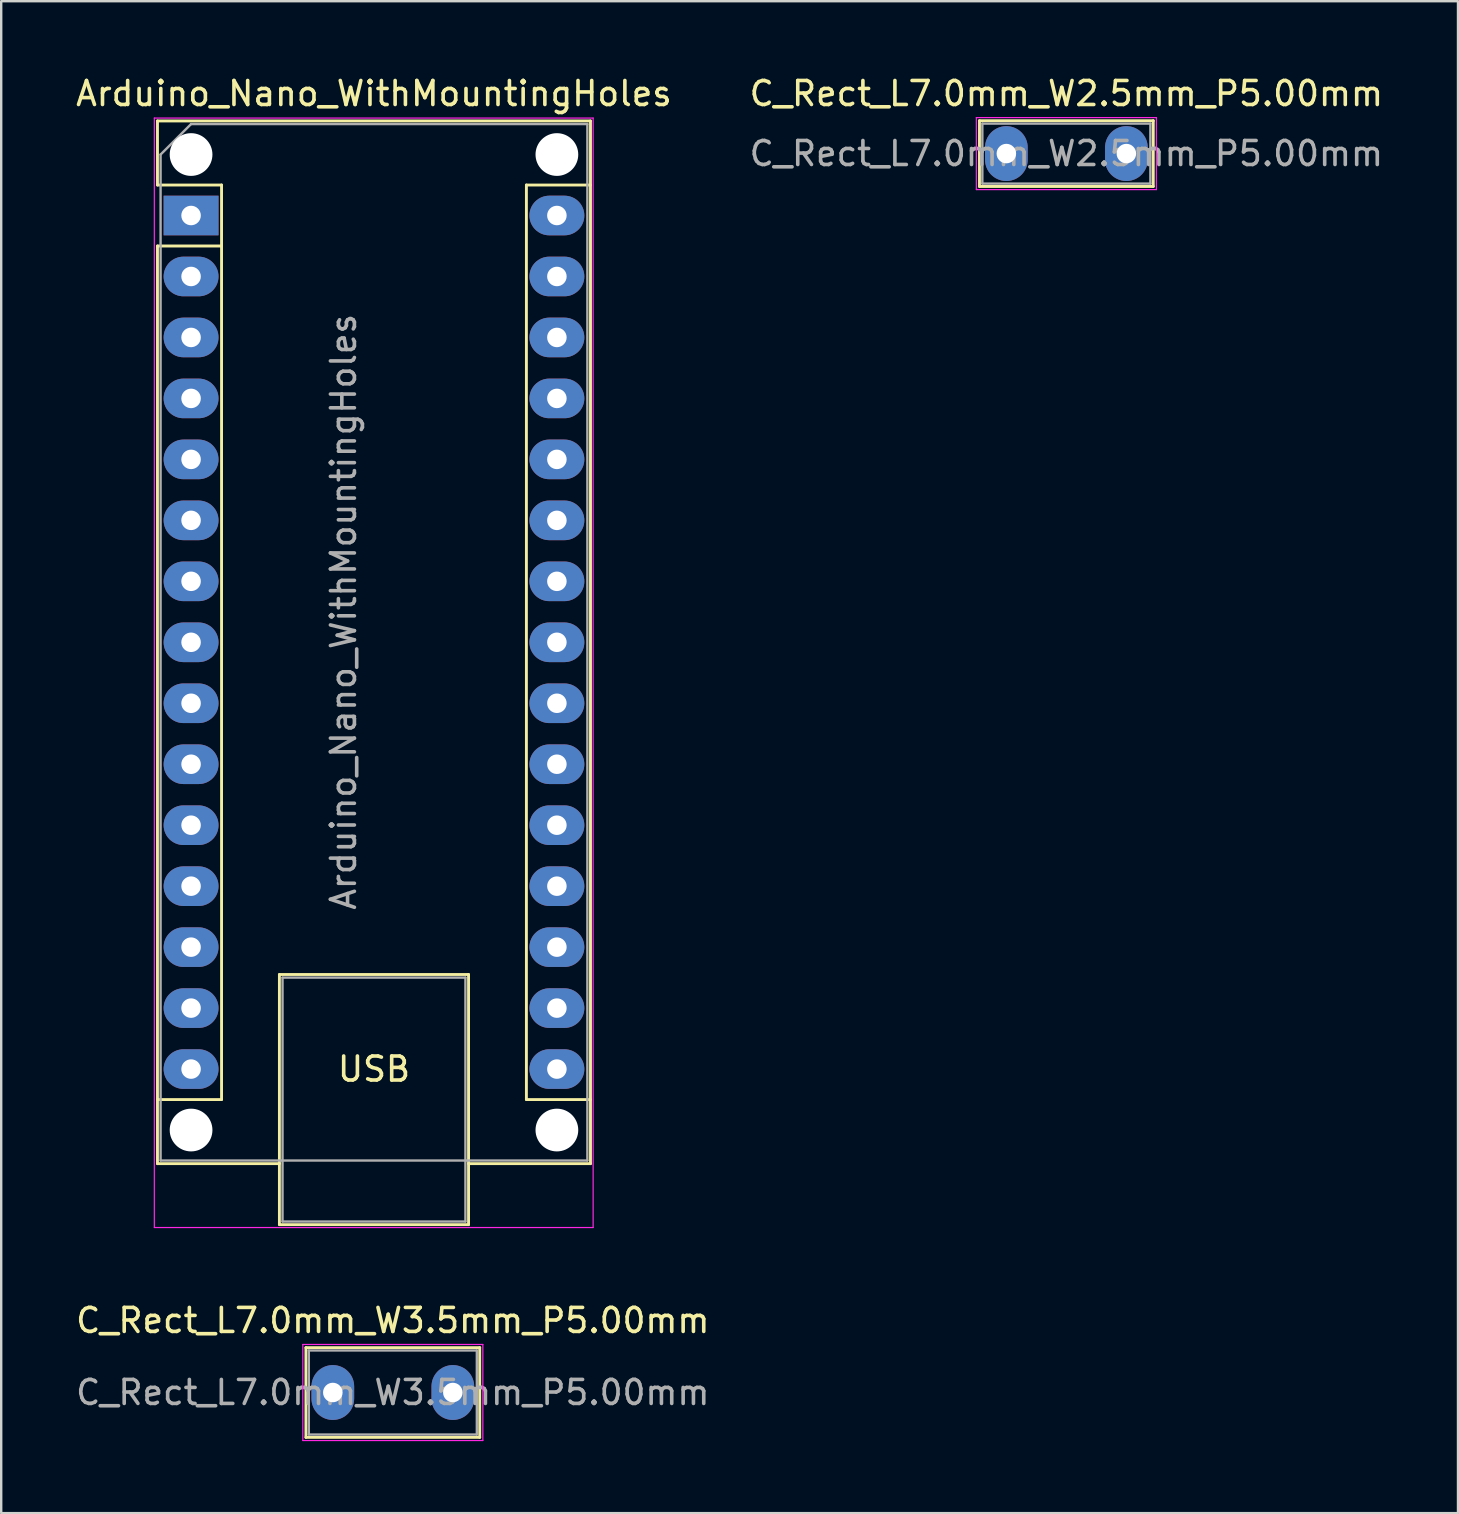
<source format=kicad_pcb>
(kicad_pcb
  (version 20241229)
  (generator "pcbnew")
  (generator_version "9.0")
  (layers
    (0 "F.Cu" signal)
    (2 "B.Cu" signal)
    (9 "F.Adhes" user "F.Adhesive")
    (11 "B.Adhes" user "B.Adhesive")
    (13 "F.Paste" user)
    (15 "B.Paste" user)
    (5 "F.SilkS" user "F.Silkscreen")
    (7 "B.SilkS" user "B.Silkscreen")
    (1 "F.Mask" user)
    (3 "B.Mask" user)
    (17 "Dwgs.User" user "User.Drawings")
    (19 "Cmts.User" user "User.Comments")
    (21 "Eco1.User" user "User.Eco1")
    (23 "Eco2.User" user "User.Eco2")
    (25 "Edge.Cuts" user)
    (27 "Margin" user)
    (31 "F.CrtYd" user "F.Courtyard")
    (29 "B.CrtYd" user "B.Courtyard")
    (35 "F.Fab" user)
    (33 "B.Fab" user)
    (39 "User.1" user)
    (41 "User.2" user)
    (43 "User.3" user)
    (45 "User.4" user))
  (footprint "Arduino_Nano_WithMountingHoles"
    (layer "F.Cu")
    (at 4.91 5.928)
    (property "Reference" "Arduino_Nano_WithMountingHoles" (at 7.62 -5.08 0) (layer "F.SilkS") (effects (font (size 1 1) (thickness 0.15))))
    (attr through_hole)
    (fp_line (start -1.4 -3.94) (end -1.4 -1.27) (stroke (width 0.12) (type solid)) (layer "F.SilkS"))
    (fp_line (start -1.4 1.27) (end -1.4 39.5) (stroke (width 0.12) (type solid)) (layer "F.SilkS"))
    (fp_line (start -1.4 39.5) (end 3.68 39.5) (stroke (width 0.12) (type solid)) (layer "F.SilkS"))
    (fp_line (start 1.27 -1.27) (end -1.4 -1.27) (stroke (width 0.12) (type solid)) (layer "F.SilkS"))
    (fp_line (start 1.27 1.27) (end -1.4 1.27) (stroke (width 0.12) (type solid)) (layer "F.SilkS"))
    (fp_line (start 1.27 1.27) (end 1.27 -1.27) (stroke (width 0.12) (type solid)) (layer "F.SilkS"))
    (fp_line (start 1.27 1.27) (end 1.27 36.83) (stroke (width 0.12) (type solid)) (layer "F.SilkS"))
    (fp_line (start 1.27 36.83) (end -1.4 36.83) (stroke (width 0.12) (type solid)) (layer "F.SilkS"))
    (fp_line (start 3.68 31.62) (end 11.56 31.62) (stroke (width 0.12) (type solid)) (layer "F.SilkS"))
    (fp_line (start 3.68 42.04) (end 3.68 31.62) (stroke (width 0.12) (type solid)) (layer "F.SilkS"))
    (fp_line (start 11.56 31.62) (end 11.56 42.04) (stroke (width 0.12) (type solid)) (layer "F.SilkS"))
    (fp_line (start 11.56 42.04) (end 3.68 42.04) (stroke (width 0.12) (type solid)) (layer "F.SilkS"))
    (fp_line (start 13.97 -1.27) (end 13.97 36.83) (stroke (width 0.12) (type solid)) (layer "F.SilkS"))
    (fp_line (start 13.97 -1.27) (end 16.64 -1.27) (stroke (width 0.12) (type solid)) (layer "F.SilkS"))
    (fp_line (start 13.97 36.83) (end 16.64 36.83) (stroke (width 0.12) (type solid)) (layer "F.SilkS"))
    (fp_line (start 16.64 -3.94) (end -1.4 -3.94) (stroke (width 0.12) (type solid)) (layer "F.SilkS"))
    (fp_line (start 16.64 39.5) (end 11.56 39.5) (stroke (width 0.12) (type solid)) (layer "F.SilkS"))
    (fp_line (start 16.64 39.5) (end 16.64 -3.94) (stroke (width 0.12) (type solid)) (layer "F.SilkS"))
    (fp_line (start -1.53 -4.06) (end -1.53 42.16) (stroke (width 0.05) (type solid)) (layer "F.CrtYd"))
    (fp_line (start -1.53 -4.06) (end 16.75 -4.06) (stroke (width 0.05) (type solid)) (layer "F.CrtYd"))
    (fp_line (start 16.75 42.16) (end -1.53 42.16) (stroke (width 0.05) (type solid)) (layer "F.CrtYd"))
    (fp_line (start 16.75 42.16) (end 16.75 -4.06) (stroke (width 0.05) (type solid)) (layer "F.CrtYd"))
    (fp_line (start -1.27 -2.54) (end 0 -3.81) (stroke (width 0.1) (type solid)) (layer "F.Fab"))
    (fp_line (start -1.27 39.37) (end -1.27 -2.54) (stroke (width 0.1) (type solid)) (layer "F.Fab"))
    (fp_line (start 0 -3.81) (end 16.51 -3.81) (stroke (width 0.1) (type solid)) (layer "F.Fab"))
    (fp_line (start 3.81 31.75) (end 11.43 31.75) (stroke (width 0.1) (type solid)) (layer "F.Fab"))
    (fp_line (start 3.81 41.91) (end 3.81 31.75) (stroke (width 0.1) (type solid)) (layer "F.Fab"))
    (fp_line (start 11.43 31.75) (end 11.43 41.91) (stroke (width 0.1) (type solid)) (layer "F.Fab"))
    (fp_line (start 11.43 41.91) (end 3.81 41.91) (stroke (width 0.1) (type solid)) (layer "F.Fab"))
    (fp_line (start 16.51 -3.81) (end 16.51 39.37) (stroke (width 0.1) (type solid)) (layer "F.Fab"))
    (fp_line (start 16.51 39.37) (end -1.27 39.37) (stroke (width 0.1) (type solid)) (layer "F.Fab"))
    (fp_text user "USB" (at 7.62 35.56 0) (unlocked yes) (layer "F.SilkS") (effects (font (size 1 1) (thickness 0.15))))
    (fp_text user "${REFERENCE}" (at 6.35 16.51 90) (layer "F.Fab") (effects (font (size 1 1) (thickness 0.15))))
    (pad "" np_thru_hole circle (at 0 -2.54) (size 1.78 1.78) (drill 1.78) (layers "*.Cu" "*.Mask"))
    (pad "" np_thru_hole circle (at 0 38.1) (size 1.78 1.78) (drill 1.78) (layers "*.Cu" "*.Mask"))
    (pad "" np_thru_hole circle (at 15.24 -2.54) (size 1.78 1.78) (drill 1.78) (layers "*.Cu" "*.Mask"))
    (pad "" np_thru_hole circle (at 15.24 38.1) (size 1.78 1.78) (drill 1.78) (layers "*.Cu" "*.Mask"))
    (pad "1" thru_hole rect (at 0 0) (size 2.286 1.651) (drill 0.813) (layers "*.Cu" "*.Mask"))
    (pad "2" thru_hole oval (at 0 2.54) (size 2.286 1.651) (drill 0.813) (layers "*.Cu" "*.Mask"))
    (pad "3" thru_hole oval (at 0 5.08) (size 2.286 1.651) (drill 0.813) (layers "*.Cu" "*.Mask"))
    (pad "4" thru_hole oval (at 0 7.62) (size 2.286 1.651) (drill 0.813) (layers "*.Cu" "*.Mask"))
    (pad "5" thru_hole oval (at 0 10.16) (size 2.286 1.651) (drill 0.813) (layers "*.Cu" "*.Mask"))
    (pad "6" thru_hole oval (at 0 12.7) (size 2.286 1.651) (drill 0.813) (layers "*.Cu" "*.Mask"))
    (pad "7" thru_hole oval (at 0 15.24) (size 2.286 1.651) (drill 0.813) (layers "*.Cu" "*.Mask"))
    (pad "8" thru_hole oval (at 0 17.78) (size 2.286 1.651) (drill 0.813) (layers "*.Cu" "*.Mask"))
    (pad "9" thru_hole oval (at 0 20.32) (size 2.286 1.651) (drill 0.813) (layers "*.Cu" "*.Mask"))
    (pad "10" thru_hole oval (at 0 22.86) (size 2.286 1.651) (drill 0.813) (layers "*.Cu" "*.Mask"))
    (pad "11" thru_hole oval (at 0 25.4) (size 2.286 1.651) (drill 0.813) (layers "*.Cu" "*.Mask"))
    (pad "12" thru_hole oval (at 0 27.94) (size 2.286 1.651) (drill 0.813) (layers "*.Cu" "*.Mask"))
    (pad "13" thru_hole oval (at 0 30.48) (size 2.286 1.651) (drill 0.813) (layers "*.Cu" "*.Mask"))
    (pad "14" thru_hole oval (at 0 33.02) (size 2.286 1.651) (drill 0.813) (layers "*.Cu" "*.Mask"))
    (pad "15" thru_hole oval (at 0 35.56) (size 2.286 1.651) (drill 0.813) (layers "*.Cu" "*.Mask"))
    (pad "16" thru_hole oval (at 15.24 35.56) (size 2.286 1.651) (drill 0.813) (layers "*.Cu" "*.Mask"))
    (pad "17" thru_hole oval (at 15.24 33.02) (size 2.286 1.651) (drill 0.813) (layers "*.Cu" "*.Mask"))
    (pad "18" thru_hole oval (at 15.24 30.48) (size 2.286 1.651) (drill 0.813) (layers "*.Cu" "*.Mask"))
    (pad "19" thru_hole oval (at 15.24 27.94) (size 2.286 1.651) (drill 0.813) (layers "*.Cu" "*.Mask"))
    (pad "20" thru_hole oval (at 15.24 25.4) (size 2.286 1.651) (drill 0.813) (layers "*.Cu" "*.Mask"))
    (pad "21" thru_hole oval (at 15.24 22.86) (size 2.286 1.651) (drill 0.813) (layers "*.Cu" "*.Mask"))
    (pad "22" thru_hole oval (at 15.24 20.32) (size 2.286 1.651) (drill 0.813) (layers "*.Cu" "*.Mask"))
    (pad "23" thru_hole oval (at 15.24 17.78) (size 2.286 1.651) (drill 0.813) (layers "*.Cu" "*.Mask"))
    (pad "24" thru_hole oval (at 15.24 15.24) (size 2.286 1.651) (drill 0.813) (layers "*.Cu" "*.Mask"))
    (pad "25" thru_hole oval (at 15.24 12.7) (size 2.286 1.651) (drill 0.813) (layers "*.Cu" "*.Mask"))
    (pad "26" thru_hole oval (at 15.24 10.16) (size 2.286 1.651) (drill 0.813) (layers "*.Cu" "*.Mask"))
    (pad "27" thru_hole oval (at 15.24 7.62) (size 2.286 1.651) (drill 0.813) (layers "*.Cu" "*.Mask"))
    (pad "28" thru_hole oval (at 15.24 5.08) (size 2.286 1.651) (drill 0.813) (layers "*.Cu" "*.Mask"))
    (pad "29" thru_hole oval (at 15.24 2.54) (size 2.286 1.651) (drill 0.813) (layers "*.Cu" "*.Mask"))
    (pad "30" thru_hole oval (at 15.24 0) (size 2.286 1.651) (drill 0.813) (layers "*.Cu" "*.Mask")))
  (footprint "C_Rect_L7.0mm_W3.5mm_P5.00mm"
    (layer "F.Cu")
    (at 10.815 54.962)
    (property "Reference" "C_Rect_L7.0mm_W3.5mm_P5.00mm" (at 2.5 -3 0) (layer "F.SilkS") (effects (font (size 1 1) (thickness 0.15))))
    (attr through_hole)
    (fp_line (start -1.12 -1.87) (end -1.12 1.87) (stroke (width 0.12) (type solid)) (layer "F.SilkS"))
    (fp_line (start -1.12 -1.87) (end 6.12 -1.87) (stroke (width 0.12) (type solid)) (layer "F.SilkS"))
    (fp_line (start -1.12 1.87) (end 6.12 1.87) (stroke (width 0.12) (type solid)) (layer "F.SilkS"))
    (fp_line (start 6.12 -1.87) (end 6.12 1.87) (stroke (width 0.12) (type solid)) (layer "F.SilkS"))
    (fp_line (start -1.25 -2) (end -1.25 2) (stroke (width 0.05) (type solid)) (layer "F.CrtYd"))
    (fp_line (start -1.25 2) (end 6.25 2) (stroke (width 0.05) (type solid)) (layer "F.CrtYd"))
    (fp_line (start 6.25 -2) (end -1.25 -2) (stroke (width 0.05) (type solid)) (layer "F.CrtYd"))
    (fp_line (start 6.25 2) (end 6.25 -2) (stroke (width 0.05) (type solid)) (layer "F.CrtYd"))
    (fp_line (start -1 -1.75) (end -1 1.75) (stroke (width 0.1) (type solid)) (layer "F.Fab"))
    (fp_line (start -1 1.75) (end 6 1.75) (stroke (width 0.1) (type solid)) (layer "F.Fab"))
    (fp_line (start 6 -1.75) (end -1 -1.75) (stroke (width 0.1) (type solid)) (layer "F.Fab"))
    (fp_line (start 6 1.75) (end 6 -1.75) (stroke (width 0.1) (type solid)) (layer "F.Fab"))
    (fp_text user "${REFERENCE}" (at 2.5 0 0) (layer "F.Fab") (effects (font (size 1 1) (thickness 0.15))))
    (pad "1" thru_hole oval (at 0 0) (size 1.778 2.286) (drill 0.813) (layers "*.Cu" "*.Mask"))
    (pad "2" thru_hole oval (at 5 0) (size 1.778 2.286) (drill 0.813) (layers "*.Cu" "*.Mask")))
  (footprint "C_Rect_L7.0mm_W2.5mm_P5.00mm"
    (layer "F.Cu")
    (at 38.875 3.348)
    (property "Reference" "C_Rect_L7.0mm_W2.5mm_P5.00mm" (at 2.5 -2.5 0) (layer "F.SilkS") (effects (font (size 1 1) (thickness 0.15))))
    (attr through_hole)
    (fp_line (start -1.12 -1.37) (end -1.12 1.37) (stroke (width 0.12) (type solid)) (layer "F.SilkS"))
    (fp_line (start -1.12 -1.37) (end 6.12 -1.37) (stroke (width 0.12) (type solid)) (layer "F.SilkS"))
    (fp_line (start -1.12 1.37) (end 6.12 1.37) (stroke (width 0.12) (type solid)) (layer "F.SilkS"))
    (fp_line (start 6.12 -1.37) (end 6.12 1.37) (stroke (width 0.12) (type solid)) (layer "F.SilkS"))
    (fp_line (start -1.25 -1.5) (end -1.25 1.5) (stroke (width 0.05) (type solid)) (layer "F.CrtYd"))
    (fp_line (start -1.25 1.5) (end 6.25 1.5) (stroke (width 0.05) (type solid)) (layer "F.CrtYd"))
    (fp_line (start 6.25 -1.5) (end -1.25 -1.5) (stroke (width 0.05) (type solid)) (layer "F.CrtYd"))
    (fp_line (start 6.25 1.5) (end 6.25 -1.5) (stroke (width 0.05) (type solid)) (layer "F.CrtYd"))
    (fp_line (start -1 -1.25) (end -1 1.25) (stroke (width 0.1) (type solid)) (layer "F.Fab"))
    (fp_line (start -1 1.25) (end 6 1.25) (stroke (width 0.1) (type solid)) (layer "F.Fab"))
    (fp_line (start 6 -1.25) (end -1 -1.25) (stroke (width 0.1) (type solid)) (layer "F.Fab"))
    (fp_line (start 6 1.25) (end 6 -1.25) (stroke (width 0.1) (type solid)) (layer "F.Fab"))
    (fp_text user "${REFERENCE}" (at 2.5 0 0) (layer "F.Fab") (effects (font (size 1 1) (thickness 0.15))))
    (pad "1" thru_hole oval (at 0 0) (size 1.778 2.286) (drill 0.813) (layers "*.Cu" "*.Mask"))
    (pad "2" thru_hole oval (at 5 0) (size 1.778 2.286) (drill 0.813) (layers "*.Cu" "*.Mask")))
  (gr_rect
    (start -3 -3)
    (end 57.69 59.986)
    (stroke (width 0.1) (type default))
    (fill no)
    (layer "Edge.Cuts")))
</source>
